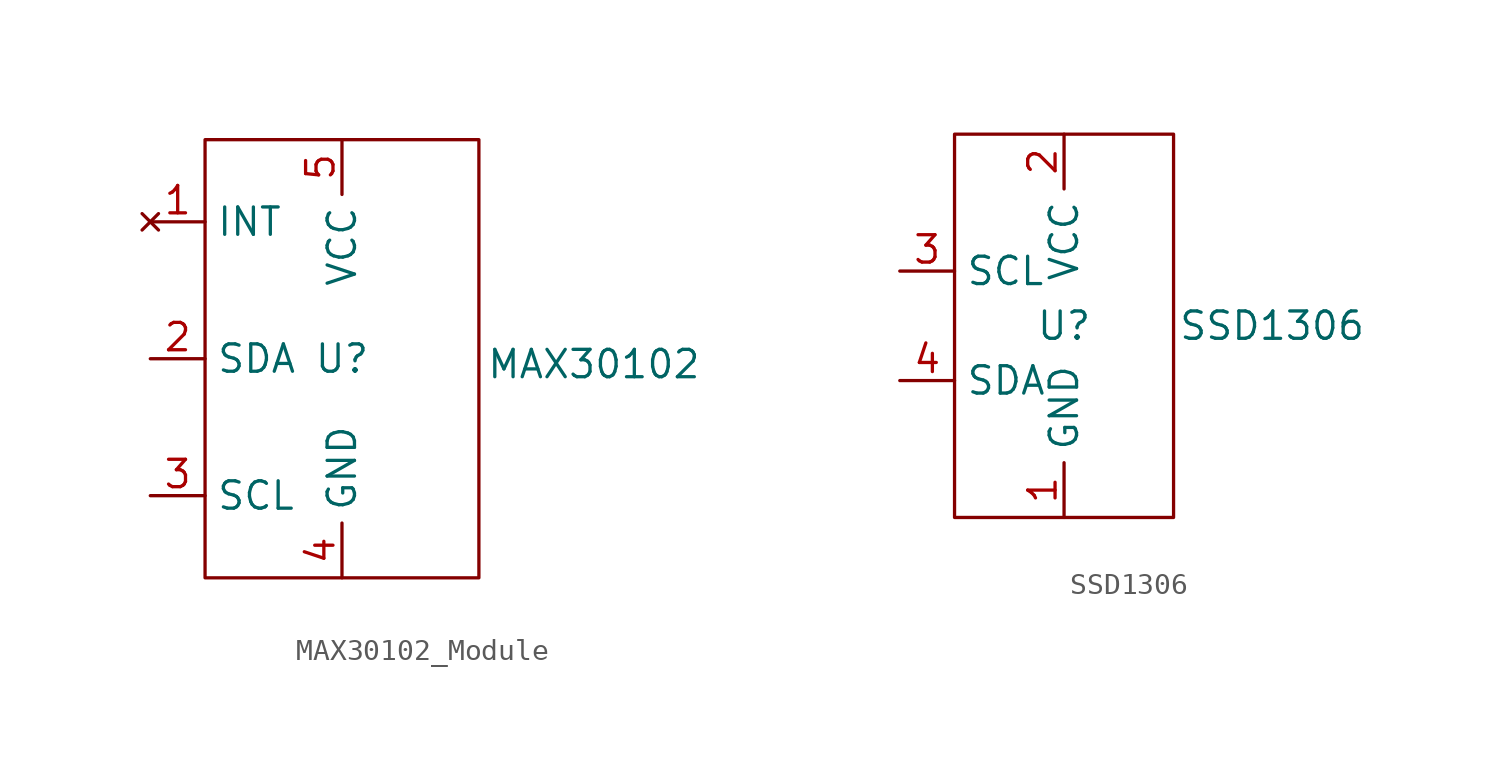
<source format=kicad_sym>
(kicad_symbol_lib
  (version 20231120)
  (generator "kicad_symbol_editor")
  (generator_version "8.0")
  (symbol "MAX30102_Module"
    (property "Reference" "U"
      (at 0 0 0)
      (effects (font (size 1.27 1.27))))
    (property "Value" "MAX30102"
      (at 11.684 -0.254 0)
      (effects (font (size 1.27 1.27))))
    (symbol "MAX30102_Module_0_1"
      (rectangle (start -6.35 10.16) (end 6.35 -10.16) (stroke (width 0) (type default)) (fill (type none))))
    (symbol "MAX30102_Module_1_1"
      (pin no_connect line (at -8.89 6.35 0) (length 2.54) (name "INT" (effects (font (size 1.27 1.27)))) (number "1" (effects (font (size 1.27 1.27)))))
      (pin bidirectional line (at -8.89 0 0) (length 2.54) (name "SDA" (effects (font (size 1.27 1.27)))) (number "2" (effects (font (size 1.27 1.27)))))
      (pin input line (at -8.89 -6.35 0) (length 2.54) (name "SCL" (effects (font (size 1.27 1.27)))) (number "3" (effects (font (size 1.27 1.27)))))
      (pin power_in line (at 0 -10.16 90) (length 2.54) (name "GND" (effects (font (size 1.27 1.27)))) (number "4" (effects (font (size 1.27 1.27)))))
      (pin power_in line (at 0 10.16 270) (length 2.54) (name "VCC" (effects (font (size 1.27 1.27)))) (number "5" (effects (font (size 1.27 1.27)))))))
  (symbol "SSD1306"
    (property "Reference" "U"
      (at 0 0 0)
      (effects (font (size 1.27 1.27))))
    (property "Value" "SSD1306"
      (at 9.652 0 0)
      (effects (font (size 1.27 1.27))))
    (symbol "SSD1306_0_1"
      (rectangle (start -5.08 8.89) (end 5.08 -8.89) (stroke (width 0) (type default)) (fill (type none))))
    (symbol "SSD1306_1_1"
      (pin power_in line (at 0 -8.89 90) (length 2.54) (name "GND" (effects (font (size 1.27 1.27)))) (number "1" (effects (font (size 1.27 1.27)))))
      (pin power_in line (at 0 8.89 270) (length 2.54) (name "VCC" (effects (font (size 1.27 1.27)))) (number "2" (effects (font (size 1.27 1.27)))))
      (pin input line (at -7.62 2.54 0) (length 2.54) (name "SCL" (effects (font (size 1.27 1.27)))) (number "3" (effects (font (size 1.27 1.27)))))
      (pin bidirectional line (at -7.62 -2.54 0) (length 2.54) (name "SDA" (effects (font (size 1.27 1.27)))) (number "4" (effects (font (size 1.27 1.27))))))))
</source>
